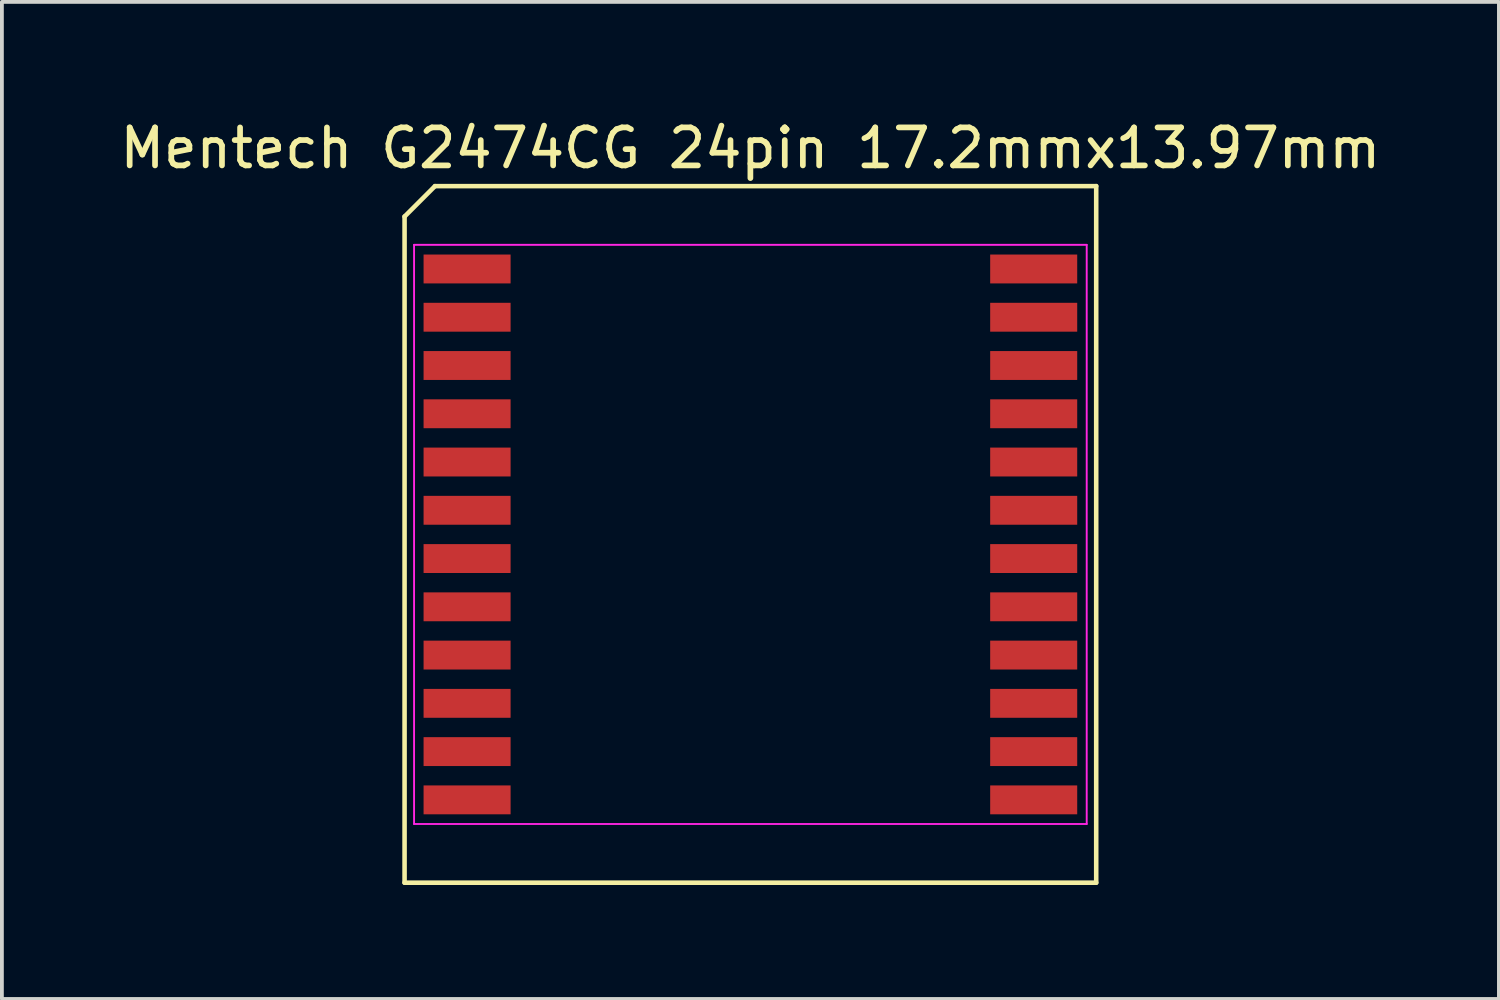
<source format=kicad_pcb>
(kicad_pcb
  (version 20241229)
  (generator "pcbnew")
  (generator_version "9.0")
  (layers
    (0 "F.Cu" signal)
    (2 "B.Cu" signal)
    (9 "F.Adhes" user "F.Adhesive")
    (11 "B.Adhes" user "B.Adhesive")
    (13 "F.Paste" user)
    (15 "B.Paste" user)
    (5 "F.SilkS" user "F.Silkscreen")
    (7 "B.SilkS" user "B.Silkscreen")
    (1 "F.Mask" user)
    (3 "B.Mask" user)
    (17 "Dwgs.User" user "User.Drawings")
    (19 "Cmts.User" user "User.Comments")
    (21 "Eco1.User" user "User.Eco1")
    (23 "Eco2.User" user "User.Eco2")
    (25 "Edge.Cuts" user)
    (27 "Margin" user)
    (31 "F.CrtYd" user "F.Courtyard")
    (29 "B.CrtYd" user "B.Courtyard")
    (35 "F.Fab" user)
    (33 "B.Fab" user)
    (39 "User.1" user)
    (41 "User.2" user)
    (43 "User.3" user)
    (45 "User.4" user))
  (footprint "Mentech G2474CG 24pin 17.2mmx13.97mm"
    (layer "F.Cu")
    (at 9.241 4.028)
    (property "Reference" "Mentech G2474CG 24pin 17.2mmx13.97mm" (at 7.455 -3.18 0) (layer "F.SilkS") (effects (font (size 1 1) (thickness 0.15))))
    (attr smd)
    (fp_line (start -1.645 -1.38) (end -0.845 -2.18) (stroke (width 0.12) (type default)) (layer "F.SilkS"))
    (fp_line (start -1.645 16.15) (end -1.645 -1.38) (stroke (width 0.12) (type default)) (layer "F.SilkS"))
    (fp_line (start -0.845 -2.18) (end 16.555 -2.18) (stroke (width 0.12) (type default)) (layer "F.SilkS"))
    (fp_line (start 16.555 -2.18) (end 16.555 16.15) (stroke (width 0.12) (type default)) (layer "F.SilkS"))
    (fp_line (start 16.555 16.15) (end -1.645 16.15) (stroke (width 0.12) (type default)) (layer "F.SilkS"))
    (fp_line (start -1.395 -0.635) (end 16.305 -0.635) (stroke (width 0.05) (type default)) (layer "F.CrtYd"))
    (fp_line (start -1.395 14.605) (end -1.395 -0.635) (stroke (width 0.05) (type default)) (layer "F.CrtYd"))
    (fp_line (start 16.305 -0.635) (end 16.305 14.605) (stroke (width 0.05) (type default)) (layer "F.CrtYd"))
    (fp_line (start 16.305 14.605) (end -1.395 14.605) (stroke (width 0.05) (type default)) (layer "F.CrtYd"))
    (pad "1" smd rect (at 0 0 270) (size 0.76 2.29) (layers "F.Cu" "F.Mask" "F.Paste"))
    (pad "2" smd rect (at 0 1.27 270) (size 0.76 2.29) (layers "F.Cu" "F.Mask" "F.Paste"))
    (pad "3" smd rect (at 0 2.54 270) (size 0.76 2.29) (layers "F.Cu" "F.Mask" "F.Paste"))
    (pad "4" smd rect (at 0 3.81 270) (size 0.76 2.29) (layers "F.Cu" "F.Mask" "F.Paste"))
    (pad "5" smd rect (at 0 5.08 270) (size 0.76 2.29) (layers "F.Cu" "F.Mask" "F.Paste"))
    (pad "6" smd rect (at 0 6.35 270) (size 0.76 2.29) (layers "F.Cu" "F.Mask" "F.Paste"))
    (pad "7" smd rect (at 0 7.62 270) (size 0.76 2.29) (layers "F.Cu" "F.Mask" "F.Paste"))
    (pad "8" smd rect (at 0 8.89 270) (size 0.76 2.29) (layers "F.Cu" "F.Mask" "F.Paste"))
    (pad "9" smd rect (at 0 10.16 270) (size 0.76 2.29) (layers "F.Cu" "F.Mask" "F.Paste"))
    (pad "10" smd rect (at 0 11.43 270) (size 0.76 2.29) (layers "F.Cu" "F.Mask" "F.Paste"))
    (pad "11" smd rect (at 0 12.7 270) (size 0.76 2.29) (layers "F.Cu" "F.Mask" "F.Paste"))
    (pad "12" smd rect (at 0 13.97 270) (size 0.76 2.29) (layers "F.Cu" "F.Mask" "F.Paste"))
    (pad "13" smd rect (at 14.91 13.97 270) (size 0.76 2.29) (layers "F.Cu" "F.Mask" "F.Paste"))
    (pad "14" smd rect (at 14.91 12.7 270) (size 0.76 2.29) (layers "F.Cu" "F.Mask" "F.Paste"))
    (pad "15" smd rect (at 14.91 11.43 270) (size 0.76 2.29) (layers "F.Cu" "F.Mask" "F.Paste"))
    (pad "16" smd rect (at 14.91 10.16 270) (size 0.76 2.29) (layers "F.Cu" "F.Mask" "F.Paste"))
    (pad "17" smd rect (at 14.91 8.89 270) (size 0.76 2.29) (layers "F.Cu" "F.Mask" "F.Paste"))
    (pad "18" smd rect (at 14.91 7.62 270) (size 0.76 2.29) (layers "F.Cu" "F.Mask" "F.Paste"))
    (pad "19" smd rect (at 14.91 6.35 270) (size 0.76 2.29) (layers "F.Cu" "F.Mask" "F.Paste"))
    (pad "20" smd rect (at 14.91 5.08 270) (size 0.76 2.29) (layers "F.Cu" "F.Mask" "F.Paste"))
    (pad "21" smd rect (at 14.91 3.81 270) (size 0.76 2.29) (layers "F.Cu" "F.Mask" "F.Paste"))
    (pad "22" smd rect (at 14.91 2.54 270) (size 0.76 2.29) (layers "F.Cu" "F.Mask" "F.Paste"))
    (pad "23" smd rect (at 14.91 1.27 270) (size 0.76 2.29) (layers "F.Cu" "F.Mask" "F.Paste"))
    (pad "24" smd rect (at 14.91 0 270) (size 0.76 2.29) (layers "F.Cu" "F.Mask" "F.Paste")))
  (gr_rect
    (start -3 -3)
    (end 36.393 23.238)
    (stroke (width 0.1) (type default))
    (fill no)
    (layer "Edge.Cuts")))
</source>
